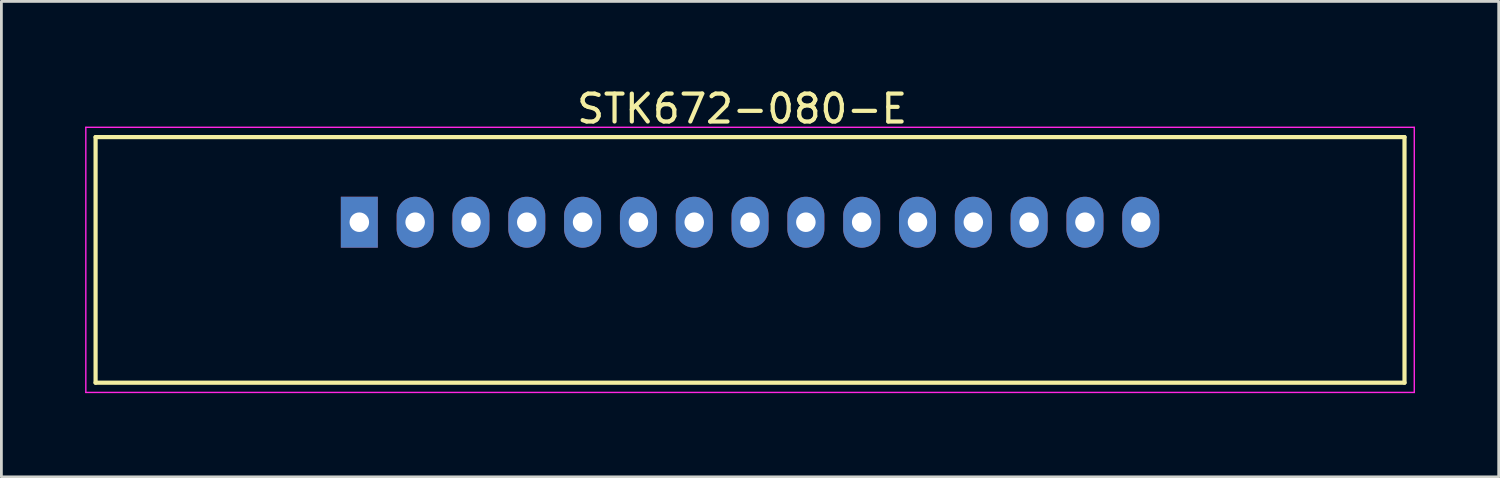
<source format=kicad_pcb>
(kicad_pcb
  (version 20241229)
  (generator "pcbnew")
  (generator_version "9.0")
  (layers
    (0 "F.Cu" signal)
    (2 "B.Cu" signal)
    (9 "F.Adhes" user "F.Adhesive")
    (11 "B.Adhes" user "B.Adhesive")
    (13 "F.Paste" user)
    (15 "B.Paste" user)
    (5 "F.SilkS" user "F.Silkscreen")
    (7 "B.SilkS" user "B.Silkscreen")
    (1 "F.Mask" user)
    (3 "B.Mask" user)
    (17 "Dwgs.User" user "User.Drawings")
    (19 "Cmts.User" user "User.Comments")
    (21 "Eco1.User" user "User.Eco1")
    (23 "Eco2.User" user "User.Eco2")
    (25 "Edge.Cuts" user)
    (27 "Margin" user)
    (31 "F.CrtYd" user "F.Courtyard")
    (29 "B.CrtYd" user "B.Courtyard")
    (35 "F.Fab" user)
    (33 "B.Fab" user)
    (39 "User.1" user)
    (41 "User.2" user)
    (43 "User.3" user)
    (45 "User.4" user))
  (footprint "STK672-080-E"
    (layer "F.Cu")
    (at 9.825 4.912)
    (property "Reference" "STK672-080-E" (at 13.716 -4.064 0) (layer "F.SilkS") (effects (font (size 1 1) (thickness 0.15))))
    (attr through_hole)
    (fp_line (start -9.45 -3.05) (end 37.45 -3.05) (stroke (width 0.15) (type solid)) (layer "F.SilkS"))
    (fp_line (start -9.45 5.75) (end -9.45 -3.05) (stroke (width 0.15) (type solid)) (layer "F.SilkS"))
    (fp_line (start 37.45 -3.05) (end 37.45 5.75) (stroke (width 0.15) (type solid)) (layer "F.SilkS"))
    (fp_line (start 37.45 5.75) (end -9.45 5.75) (stroke (width 0.15) (type solid)) (layer "F.SilkS"))
    (fp_line (start -9.8 -3.4) (end -9.8 6.1) (stroke (width 0.05) (type solid)) (layer "F.CrtYd"))
    (fp_line (start -9.8 -3.4) (end 37.8 -3.4) (stroke (width 0.05) (type solid)) (layer "F.CrtYd"))
    (fp_line (start -9.8 6.1) (end 37.8 6.1) (stroke (width 0.05) (type solid)) (layer "F.CrtYd"))
    (fp_line (start 37.8 -3.4) (end 37.8 6.1) (stroke (width 0.05) (type solid)) (layer "F.CrtYd"))
    (pad "1" thru_hole rect (at 0 0) (size 1.324 1.824) (drill 0.7) (layers "*.Cu" "*.Mask"))
    (pad "2" thru_hole oval (at 2 0) (size 1.324 1.824) (drill 0.7) (layers "*.Cu" "*.Mask"))
    (pad "3" thru_hole oval (at 4 0) (size 1.324 1.824) (drill 0.7) (layers "*.Cu" "*.Mask"))
    (pad "4" thru_hole oval (at 6 0) (size 1.324 1.824) (drill 0.7) (layers "*.Cu" "*.Mask"))
    (pad "5" thru_hole oval (at 8 0) (size 1.324 1.824) (drill 0.7) (layers "*.Cu" "*.Mask"))
    (pad "6" thru_hole oval (at 10 0) (size 1.324 1.824) (drill 0.7) (layers "*.Cu" "*.Mask"))
    (pad "7" thru_hole oval (at 12 0) (size 1.324 1.824) (drill 0.7) (layers "*.Cu" "*.Mask"))
    (pad "8" thru_hole oval (at 14 0) (size 1.324 1.824) (drill 0.7) (layers "*.Cu" "*.Mask"))
    (pad "9" thru_hole oval (at 16 0) (size 1.324 1.824) (drill 0.7) (layers "*.Cu" "*.Mask"))
    (pad "10" thru_hole oval (at 18 0) (size 1.324 1.824) (drill 0.7) (layers "*.Cu" "*.Mask"))
    (pad "11" thru_hole oval (at 20 0) (size 1.324 1.824) (drill 0.7) (layers "*.Cu" "*.Mask"))
    (pad "12" thru_hole oval (at 22 0) (size 1.324 1.824) (drill 0.7) (layers "*.Cu" "*.Mask"))
    (pad "13" thru_hole oval (at 24 0) (size 1.324 1.824) (drill 0.7) (layers "*.Cu" "*.Mask"))
    (pad "14" thru_hole oval (at 26 0) (size 1.324 1.824) (drill 0.7) (layers "*.Cu" "*.Mask"))
    (pad "15" thru_hole oval (at 28 0) (size 1.324 1.824) (drill 0.7) (layers "*.Cu" "*.Mask")))
  (gr_rect
    (start -3 -3)
    (end 50.65 14.037)
    (stroke (width 0.1) (type default))
    (fill no)
    (layer "Edge.Cuts")))
</source>
